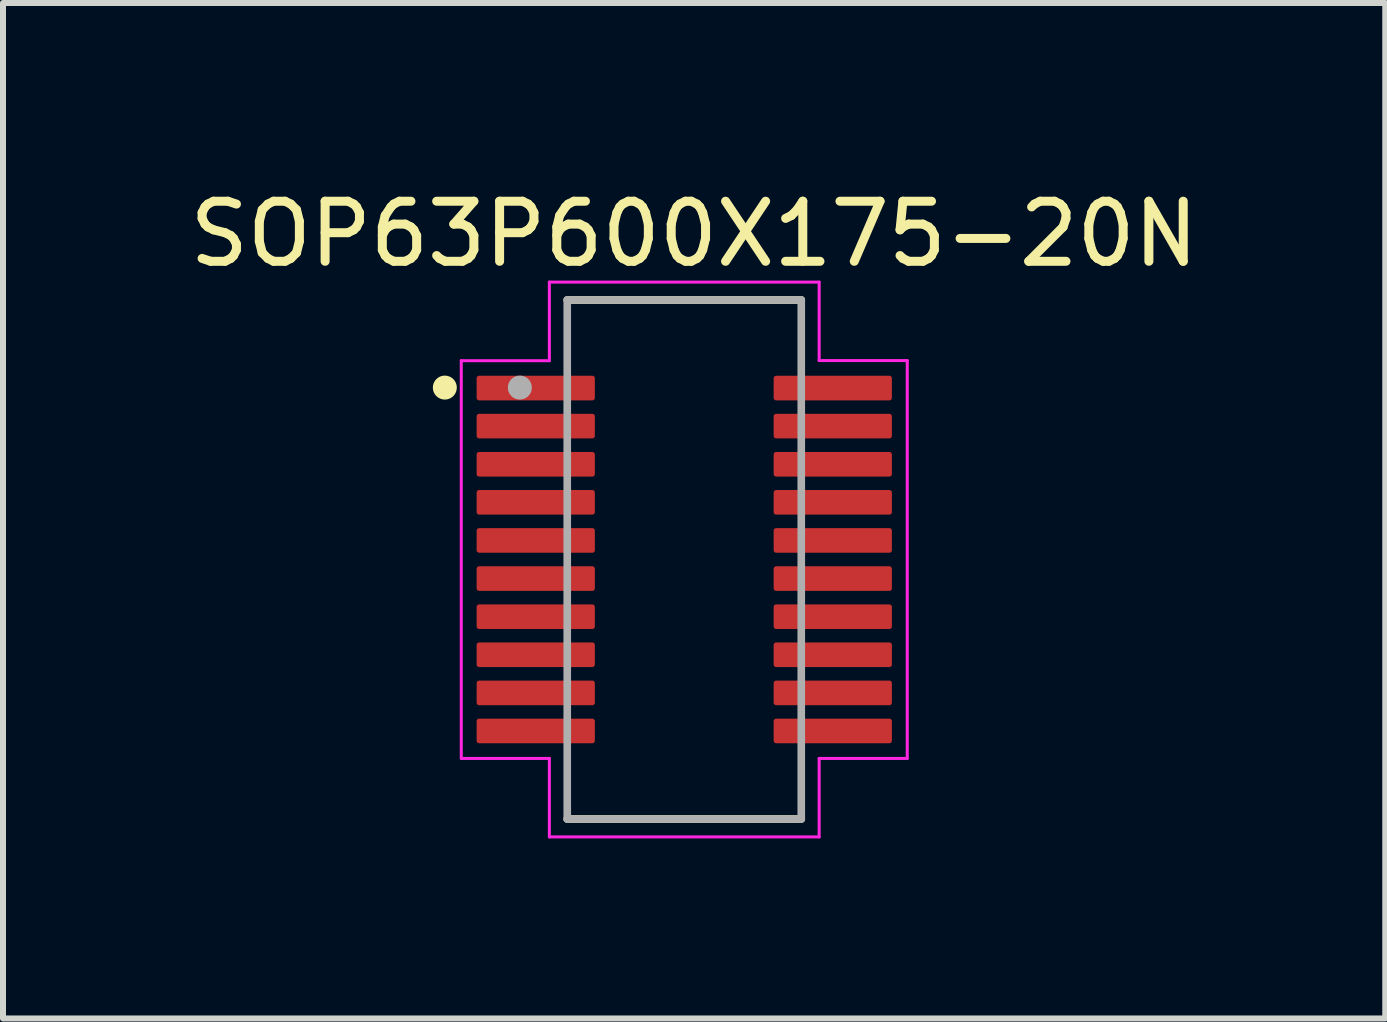
<source format=kicad_pcb>
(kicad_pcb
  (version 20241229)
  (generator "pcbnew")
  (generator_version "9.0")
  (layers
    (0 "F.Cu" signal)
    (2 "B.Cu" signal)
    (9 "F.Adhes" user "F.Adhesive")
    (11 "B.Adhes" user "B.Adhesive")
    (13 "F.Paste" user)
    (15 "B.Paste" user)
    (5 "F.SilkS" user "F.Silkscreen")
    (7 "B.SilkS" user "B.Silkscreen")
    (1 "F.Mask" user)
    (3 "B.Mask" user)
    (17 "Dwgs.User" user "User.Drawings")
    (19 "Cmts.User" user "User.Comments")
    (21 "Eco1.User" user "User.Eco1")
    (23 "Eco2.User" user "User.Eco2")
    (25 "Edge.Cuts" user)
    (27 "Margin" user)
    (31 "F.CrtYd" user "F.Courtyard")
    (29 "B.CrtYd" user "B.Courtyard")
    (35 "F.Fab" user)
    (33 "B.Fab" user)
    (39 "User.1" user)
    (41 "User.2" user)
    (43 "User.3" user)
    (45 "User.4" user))
  (footprint "SOP63P600X175-20N"
    (layer "F.Cu")
    (at 8.353 6.274)
    (property "Reference" "SOP63P600X175-20N" (at 0.164 -5.425 0) (layer "F.SilkS") (effects (font (size 1.001 1.001) (thickness 0.15))))
    (attr through_hole)
    (fp_line (start -1.95 -4.325) (end 1.95 -4.325) (stroke (width 0.127) (type solid)) (layer "F.SilkS"))
    (fp_line (start 1.95 4.325) (end -1.95 4.325) (stroke (width 0.127) (type solid)) (layer "F.SilkS"))
    (fp_circle (center -3.99 -2.865) (end -3.89 -2.865) (stroke (width 0.2) (type solid)) (fill no) (layer "F.SilkS"))
    (fp_line (start -3.716 -3.313) (end -2.248 -3.313) (stroke (width 0.05) (type solid)) (layer "F.CrtYd"))
    (fp_line (start -3.716 3.315) (end -3.716 -3.313) (stroke (width 0.05) (type solid)) (layer "F.CrtYd"))
    (fp_line (start -2.248 -4.623) (end 2.248 -4.623) (stroke (width 0.05) (type solid)) (layer "F.CrtYd"))
    (fp_line (start -2.248 -3.313) (end -2.248 -4.623) (stroke (width 0.05) (type solid)) (layer "F.CrtYd"))
    (fp_line (start -2.248 3.315) (end -3.716 3.315) (stroke (width 0.05) (type solid)) (layer "F.CrtYd"))
    (fp_line (start -2.248 4.623) (end -2.248 3.315) (stroke (width 0.05) (type solid)) (layer "F.CrtYd"))
    (fp_line (start 2.248 -4.623) (end 2.248 -3.315) (stroke (width 0.05) (type solid)) (layer "F.CrtYd"))
    (fp_line (start 2.248 -3.315) (end 3.716 -3.315) (stroke (width 0.05) (type solid)) (layer "F.CrtYd"))
    (fp_line (start 2.248 3.315) (end 2.248 4.623) (stroke (width 0.05) (type solid)) (layer "F.CrtYd"))
    (fp_line (start 2.248 4.623) (end -2.248 4.623) (stroke (width 0.05) (type solid)) (layer "F.CrtYd"))
    (fp_line (start 3.716 -3.315) (end 3.716 3.315) (stroke (width 0.05) (type solid)) (layer "F.CrtYd"))
    (fp_line (start 3.716 3.315) (end 2.248 3.315) (stroke (width 0.05) (type solid)) (layer "F.CrtYd"))
    (fp_line (start -1.95 -4.325) (end 1.95 -4.325) (stroke (width 0.127) (type solid)) (layer "F.Fab"))
    (fp_line (start -1.95 4.325) (end -1.95 -4.325) (stroke (width 0.127) (type solid)) (layer "F.Fab"))
    (fp_line (start 1.95 -4.325) (end 1.95 4.325) (stroke (width 0.127) (type solid)) (layer "F.Fab"))
    (fp_line (start 1.95 4.325) (end -1.95 4.325) (stroke (width 0.127) (type solid)) (layer "F.Fab"))
    (fp_circle (center -2.74 -2.865) (end -2.64 -2.865) (stroke (width 0.2) (type solid)) (fill no) (layer "F.Fab"))
    (pad "1" smd roundrect (at -2.475 -2.857 270) (size 0.41 1.97) (layers "F.Cu" "F.Mask" "F.Paste") (roundrect_rratio 0.1))
    (pad "2" smd roundrect (at -2.475 -2.223 270) (size 0.41 1.97) (layers "F.Cu" "F.Mask" "F.Paste") (roundrect_rratio 0.1))
    (pad "3" smd roundrect (at -2.475 -1.587 270) (size 0.41 1.97) (layers "F.Cu" "F.Mask" "F.Paste") (roundrect_rratio 0.1))
    (pad "4" smd roundrect (at -2.475 -0.953 270) (size 0.41 1.97) (layers "F.Cu" "F.Mask" "F.Paste") (roundrect_rratio 0.1))
    (pad "5" smd roundrect (at -2.475 -0.318 270) (size 0.41 1.97) (layers "F.Cu" "F.Mask" "F.Paste") (roundrect_rratio 0.1))
    (pad "6" smd roundrect (at -2.475 0.318 270) (size 0.41 1.97) (layers "F.Cu" "F.Mask" "F.Paste") (roundrect_rratio 0.1))
    (pad "7" smd roundrect (at -2.475 0.953 270) (size 0.41 1.97) (layers "F.Cu" "F.Mask" "F.Paste") (roundrect_rratio 0.1))
    (pad "8" smd roundrect (at -2.475 1.587 270) (size 0.41 1.97) (layers "F.Cu" "F.Mask" "F.Paste") (roundrect_rratio 0.1))
    (pad "9" smd roundrect (at -2.475 2.223 270) (size 0.41 1.97) (layers "F.Cu" "F.Mask" "F.Paste") (roundrect_rratio 0.1))
    (pad "10" smd roundrect (at -2.475 2.857 270) (size 0.41 1.97) (layers "F.Cu" "F.Mask" "F.Paste") (roundrect_rratio 0.1))
    (pad "11" smd roundrect (at 2.475 2.857 270) (size 0.41 1.97) (layers "F.Cu" "F.Mask" "F.Paste") (roundrect_rratio 0.1))
    (pad "12" smd roundrect (at 2.475 2.223 270) (size 0.41 1.97) (layers "F.Cu" "F.Mask" "F.Paste") (roundrect_rratio 0.1))
    (pad "13" smd roundrect (at 2.475 1.587 270) (size 0.41 1.97) (layers "F.Cu" "F.Mask" "F.Paste") (roundrect_rratio 0.1))
    (pad "14" smd roundrect (at 2.475 0.953 270) (size 0.41 1.97) (layers "F.Cu" "F.Mask" "F.Paste") (roundrect_rratio 0.1))
    (pad "15" smd roundrect (at 2.475 0.318 270) (size 0.41 1.97) (layers "F.Cu" "F.Mask" "F.Paste") (roundrect_rratio 0.1))
    (pad "16" smd roundrect (at 2.475 -0.318 270) (size 0.41 1.97) (layers "F.Cu" "F.Mask" "F.Paste") (roundrect_rratio 0.1))
    (pad "17" smd roundrect (at 2.475 -0.953 270) (size 0.41 1.97) (layers "F.Cu" "F.Mask" "F.Paste") (roundrect_rratio 0.1))
    (pad "18" smd roundrect (at 2.475 -1.587 270) (size 0.41 1.97) (layers "F.Cu" "F.Mask" "F.Paste") (roundrect_rratio 0.1))
    (pad "19" smd roundrect (at 2.475 -2.223 270) (size 0.41 1.97) (layers "F.Cu" "F.Mask" "F.Paste") (roundrect_rratio 0.1))
    (pad "20" smd roundrect (at 2.475 -2.857 270) (size 0.41 1.97) (layers "F.Cu" "F.Mask" "F.Paste") (roundrect_rratio 0.1)))
  (gr_rect
    (start -3 -3)
    (end 20.035 13.922)
    (stroke (width 0.1) (type default))
    (fill no)
    (layer "Edge.Cuts")))
</source>
